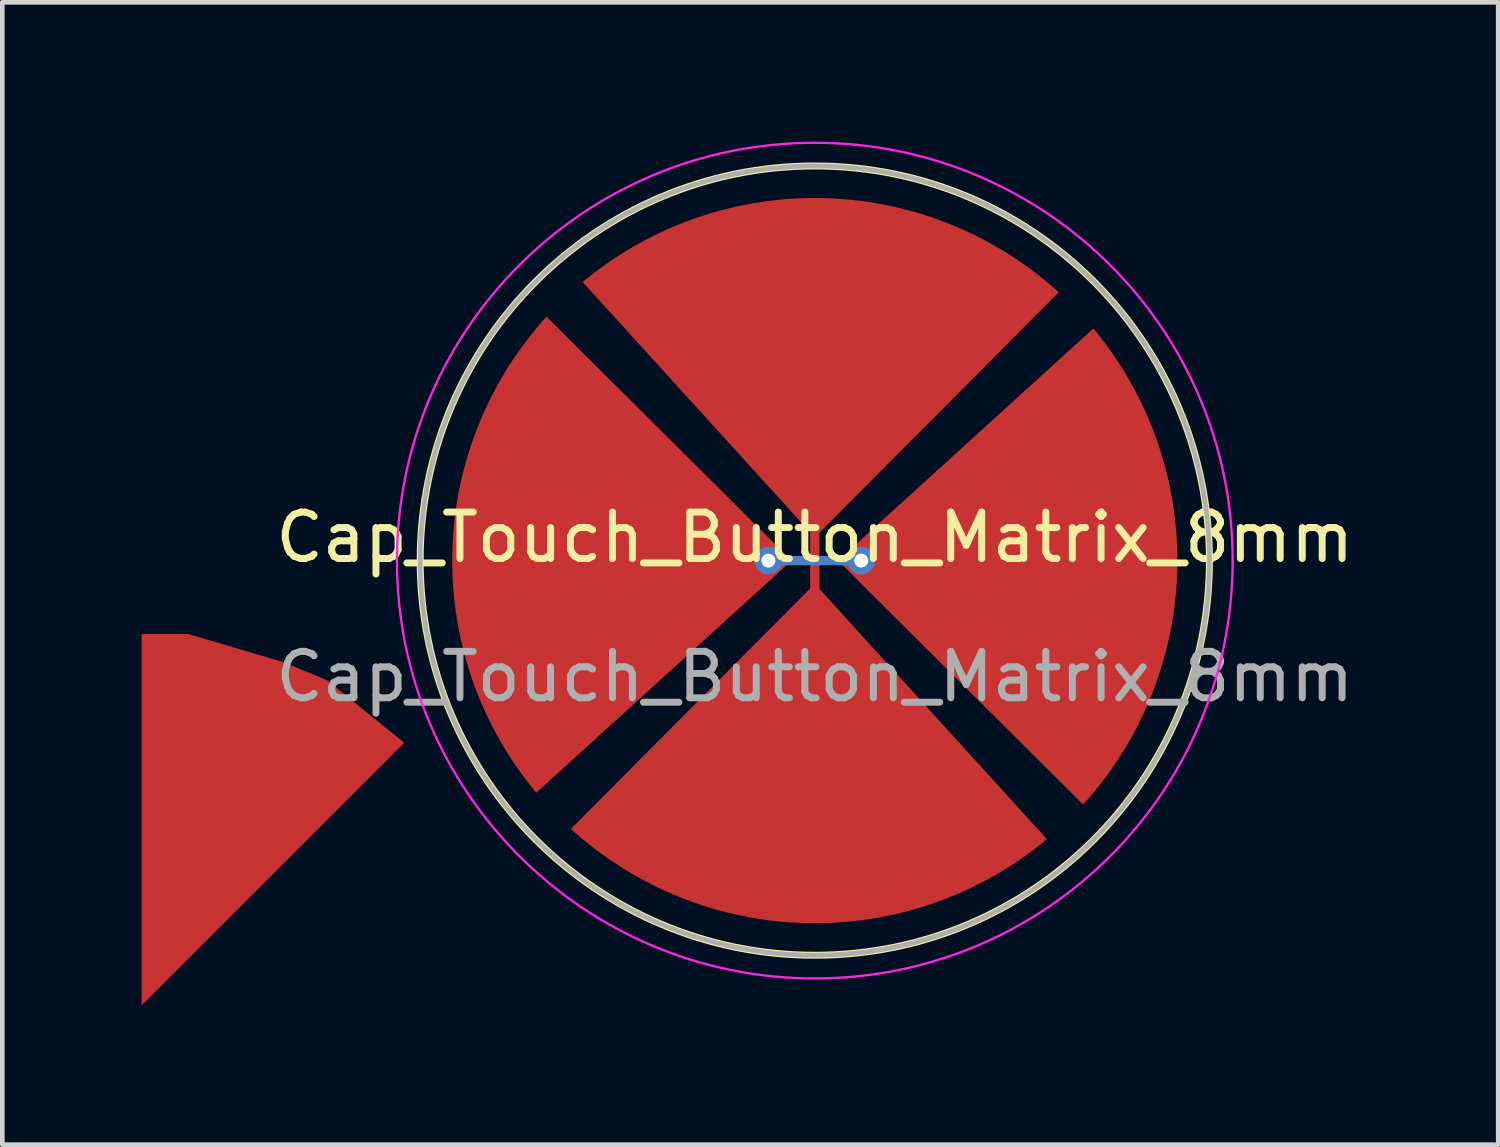
<source format=kicad_pcb>
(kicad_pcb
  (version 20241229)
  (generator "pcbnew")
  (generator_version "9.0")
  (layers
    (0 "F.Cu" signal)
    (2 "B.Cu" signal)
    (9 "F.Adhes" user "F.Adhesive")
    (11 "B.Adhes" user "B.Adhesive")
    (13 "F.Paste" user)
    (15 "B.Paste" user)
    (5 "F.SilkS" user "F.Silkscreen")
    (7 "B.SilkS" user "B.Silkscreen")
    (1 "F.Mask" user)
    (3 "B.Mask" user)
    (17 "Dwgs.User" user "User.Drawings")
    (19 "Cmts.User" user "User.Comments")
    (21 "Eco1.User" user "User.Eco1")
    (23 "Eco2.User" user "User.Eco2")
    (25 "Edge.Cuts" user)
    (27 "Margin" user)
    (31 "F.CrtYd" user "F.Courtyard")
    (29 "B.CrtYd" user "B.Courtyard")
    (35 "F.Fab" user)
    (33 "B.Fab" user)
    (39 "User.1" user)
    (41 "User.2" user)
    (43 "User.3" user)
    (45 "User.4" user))
  (footprint "Cap_Touch_Button_Matrix_8mm"
    (layer "F.Cu")
    (at 14.5 9.025)
    (property "Reference" "Cap_Touch_Button_Matrix_8mm" (at 0 -0.5 0) (unlocked yes) (layer "F.SilkS") (effects (font (size 1 1) (thickness 0.15))))
    (attr smd)
    (fp_line (start 0 -1) (end 0 1) (stroke (width 0.2) (type default)) (layer "F.Cu"))
    (fp_poly (pts (xy -8.843 3.923) (xy -14.5 9.58) (xy -14.5 1.58) (xy -13.5 1.58) (xy -11.439 2.189) (xy -10.5 2.58)) (stroke (width 0) (type solid)) (fill yes) (layer "F.Cu"))
    (fp_line (start 1 0) (end -1 0) (stroke (width 0.2) (type default)) (layer "B.Cu"))
    (fp_circle (center 0 0) (end 0 -8.5) (stroke (width 0.15) (type default)) (fill no) (layer "F.SilkS"))
    (fp_circle (center 0 0) (end 0 -9) (stroke (width 0.05) (type default)) (fill no) (layer "F.CrtYd"))
    (fp_circle (center 0 0) (end 8.5 0) (stroke (width 0.1) (type default)) (fill no) (layer "F.Fab"))
    (fp_text user "${REFERENCE}" (at 0 2.5 0) (unlocked yes) (layer "F.Fab") (effects (font (size 1 1) (thickness 0.15))))
    (pad "1" smd custom (at 0 -7) (size 1.27 1.27) (layers "F.Cu") (options (anchor circle)) (primitives (gr_poly (pts (xy -0.953 -0.445) (xy -0.938 -0.517) (xy -0.897 -0.579) (xy -0.835 -0.62) (xy -0.762 -0.635) (xy 0.762 -0.635) (xy 0.835 -0.62) (xy 0.897 -0.579) (xy 0.938 -0.517) (xy 0.953 -0.445) (xy 0.953 0.445) (xy 0.938 0.517) (xy 0.897 0.579) (xy 0.835 0.62) (xy 0.762 0.635) (xy -0.762 0.635) (xy -0.835 0.62) (xy -0.897 0.579) (xy -0.938 0.517) (xy -0.953 0.445)) (width 0) (fill yes)) (gr_poly (pts (xy -5 1) (xy 0 6.5) (xy 5.254 1.221) (arc (start 5.253743 1.220883) (mid 0.168207 -0.808438) (end -5 1))) (width 0) (fill yes))))
    (pad "1" smd custom (at 0 7 180) (size 1.27 1.27) (layers "F.Cu") (options (anchor circle)) (primitives (gr_poly (pts (xy -0.953 -0.445) (xy -0.938 -0.517) (xy -0.897 -0.579) (xy -0.835 -0.62) (xy -0.762 -0.635) (xy 0.762 -0.635) (xy 0.835 -0.62) (xy 0.897 -0.579) (xy 0.938 -0.517) (xy 0.953 -0.445) (xy 0.953 0.445) (xy 0.938 0.517) (xy 0.897 0.579) (xy 0.835 0.62) (xy 0.762 0.635) (xy -0.762 0.635) (xy -0.835 0.62) (xy -0.897 0.579) (xy -0.938 0.517) (xy -0.953 0.445)) (width 0) (fill yes)) (gr_poly (pts (xy -5 1) (xy 0 6.5) (xy 5.254 1.221) (arc (start 5.253743 1.220883) (mid 0.168207 -0.808438) (end -5 1))) (width 0) (fill yes))))
    (pad "2" smd custom (at -7 0 90) (size 1.27 1.27) (layers "F.Cu") (options (anchor circle)) (primitives (gr_poly (pts (xy -0.953 -0.445) (xy -0.938 -0.517) (xy -0.897 -0.579) (xy -0.835 -0.62) (xy -0.762 -0.635) (xy 0.762 -0.635) (xy 0.835 -0.62) (xy 0.897 -0.579) (xy 0.938 -0.517) (xy 0.953 -0.445) (xy 0.953 0.445) (xy 0.938 0.517) (xy 0.897 0.579) (xy 0.835 0.62) (xy 0.762 0.635) (xy -0.762 0.635) (xy -0.835 0.62) (xy -0.897 0.579) (xy -0.938 0.517) (xy -0.953 0.445)) (width 0) (fill yes)) (gr_poly (pts (xy -5 1) (xy 0 6.5) (xy 5.254 1.221) (arc (start 5.253743 1.220883) (mid 0.168207 -0.808438) (end -5 1))) (width 0) (fill yes))))
    (pad "2" thru_hole circle (at -1 0 270) (size 0.6 0.6) (drill 0.3) (layers "*.Cu"))
    (pad "2" thru_hole circle (at 1 0 270) (size 0.6 0.6) (drill 0.3) (layers "*.Cu"))
    (pad "2" smd custom (at 7 0 270) (size 1.27 1.27) (layers "F.Cu") (options (anchor circle)) (primitives (gr_poly (pts (xy -0.953 -0.445) (xy -0.938 -0.517) (xy -0.897 -0.579) (xy -0.835 -0.62) (xy -0.762 -0.635) (xy 0.762 -0.635) (xy 0.835 -0.62) (xy 0.897 -0.579) (xy 0.938 -0.517) (xy 0.953 -0.445) (xy 0.953 0.445) (xy 0.938 0.517) (xy 0.897 0.579) (xy 0.835 0.62) (xy 0.762 0.635) (xy -0.762 0.635) (xy -0.835 0.62) (xy -0.897 0.579) (xy -0.938 0.517) (xy -0.953 0.445)) (width 0) (fill yes)) (gr_poly (pts (xy -5 1) (xy 0 6.5) (xy 5.254 1.221) (arc (start 5.253743 1.220883) (mid 0.168207 -0.808438) (end -5 1))) (width 0) (fill yes)))))
  (gr_rect
    (start -3 -3)
    (end 29.22 21.605)
    (stroke (width 0.1) (type default))
    (fill no)
    (layer "Edge.Cuts")))
</source>
